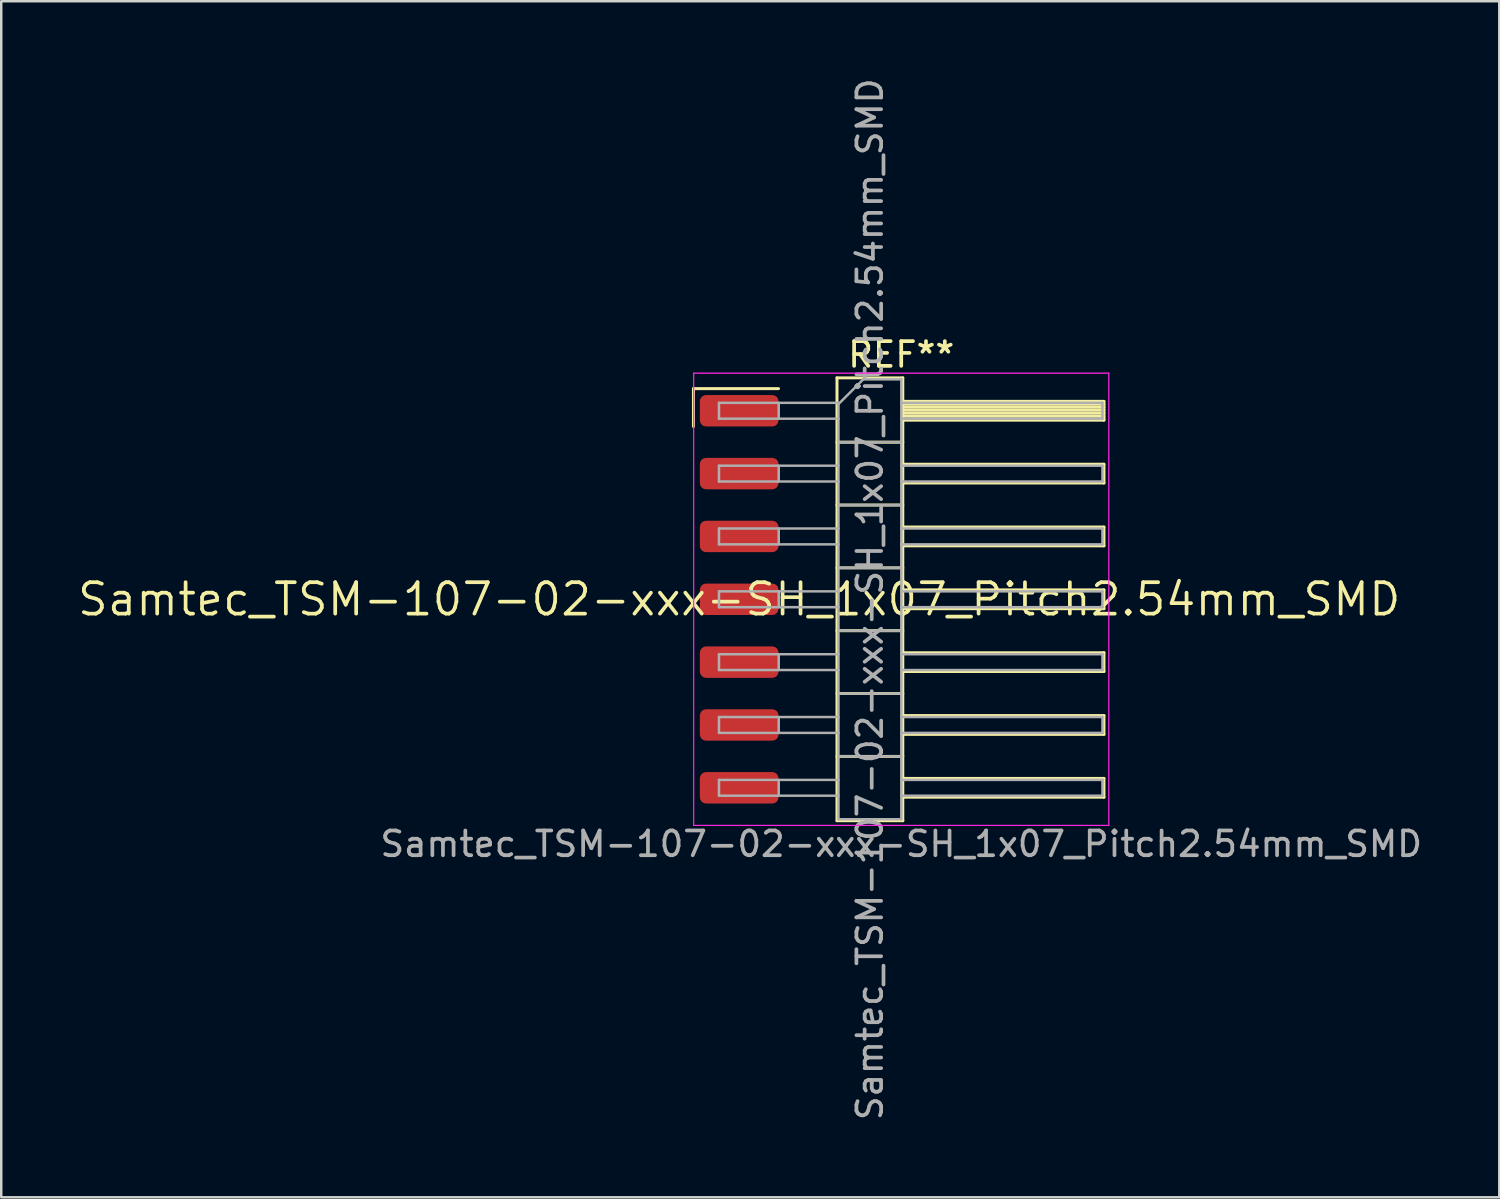
<source format=kicad_pcb>
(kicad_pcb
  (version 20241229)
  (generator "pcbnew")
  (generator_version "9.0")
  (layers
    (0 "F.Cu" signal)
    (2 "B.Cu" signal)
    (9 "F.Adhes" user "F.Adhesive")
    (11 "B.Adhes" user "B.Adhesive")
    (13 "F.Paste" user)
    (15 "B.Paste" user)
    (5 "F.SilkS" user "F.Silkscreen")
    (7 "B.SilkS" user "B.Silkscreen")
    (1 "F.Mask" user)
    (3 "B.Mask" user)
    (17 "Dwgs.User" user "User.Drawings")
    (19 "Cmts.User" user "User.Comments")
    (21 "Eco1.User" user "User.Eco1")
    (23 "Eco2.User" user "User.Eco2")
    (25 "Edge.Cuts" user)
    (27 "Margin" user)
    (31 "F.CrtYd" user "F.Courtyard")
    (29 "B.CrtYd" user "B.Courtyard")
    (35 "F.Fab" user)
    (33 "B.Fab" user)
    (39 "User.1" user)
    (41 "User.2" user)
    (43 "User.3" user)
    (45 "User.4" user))
  (footprint "Samtec_TSM-107-02-xxx-SH_1x07_Pitch2.54mm_SMD"
    (layer "F.Cu")
    (at 26.828 21.173)
    (property "Reference" "Samtec_TSM-107-02-xxx-SH_1x07_Pitch2.54mm_SMD" (at 0 0 0) (layer "F.SilkS") (effects (font (size 1.27 1.27) (thickness 0.15))))
    (attr smd)
    (fp_line (start -1.85 -8.515) (end 1.59 -8.515) (stroke (width 0.12) (type solid)) (layer "F.SilkS"))
    (fp_line (start -1.85 -6.985) (end -1.85 -8.515) (stroke (width 0.12) (type solid)) (layer "F.SilkS"))
    (fp_line (start 3.953 -8.95) (end 6.613 -8.95) (stroke (width 0.12) (type solid)) (layer "F.SilkS"))
    (fp_line (start 3.953 -6.35) (end 6.613 -6.35) (stroke (width 0.12) (type solid)) (layer "F.SilkS"))
    (fp_line (start 3.953 -3.81) (end 6.613 -3.81) (stroke (width 0.12) (type solid)) (layer "F.SilkS"))
    (fp_line (start 3.953 -1.27) (end 6.613 -1.27) (stroke (width 0.12) (type solid)) (layer "F.SilkS"))
    (fp_line (start 3.953 1.27) (end 6.613 1.27) (stroke (width 0.12) (type solid)) (layer "F.SilkS"))
    (fp_line (start 3.953 3.81) (end 6.613 3.81) (stroke (width 0.12) (type solid)) (layer "F.SilkS"))
    (fp_line (start 3.953 6.35) (end 6.613 6.35) (stroke (width 0.12) (type solid)) (layer "F.SilkS"))
    (fp_line (start 3.953 8.95) (end 3.953 -8.95) (stroke (width 0.12) (type solid)) (layer "F.SilkS"))
    (fp_line (start 6.613 -8.95) (end 6.613 8.95) (stroke (width 0.12) (type solid)) (layer "F.SilkS"))
    (fp_line (start 6.613 -8) (end 14.743 -8) (stroke (width 0.12) (type solid)) (layer "F.SilkS"))
    (fp_line (start 6.613 -7.88) (end 14.743 -7.88) (stroke (width 0.12) (type solid)) (layer "F.SilkS"))
    (fp_line (start 6.613 -7.76) (end 14.743 -7.76) (stroke (width 0.12) (type solid)) (layer "F.SilkS"))
    (fp_line (start 6.613 -7.64) (end 14.743 -7.64) (stroke (width 0.12) (type solid)) (layer "F.SilkS"))
    (fp_line (start 6.613 -7.52) (end 14.743 -7.52) (stroke (width 0.12) (type solid)) (layer "F.SilkS"))
    (fp_line (start 6.613 -7.4) (end 14.743 -7.4) (stroke (width 0.12) (type solid)) (layer "F.SilkS"))
    (fp_line (start 6.613 -7.28) (end 14.743 -7.28) (stroke (width 0.12) (type solid)) (layer "F.SilkS"))
    (fp_line (start 6.613 -7.24) (end 14.743 -7.24) (stroke (width 0.12) (type solid)) (layer "F.SilkS"))
    (fp_line (start 6.613 -5.46) (end 14.743 -5.46) (stroke (width 0.12) (type solid)) (layer "F.SilkS"))
    (fp_line (start 6.613 -4.7) (end 14.743 -4.7) (stroke (width 0.12) (type solid)) (layer "F.SilkS"))
    (fp_line (start 6.613 -2.92) (end 14.743 -2.92) (stroke (width 0.12) (type solid)) (layer "F.SilkS"))
    (fp_line (start 6.613 -2.16) (end 14.743 -2.16) (stroke (width 0.12) (type solid)) (layer "F.SilkS"))
    (fp_line (start 6.613 -0.38) (end 14.743 -0.38) (stroke (width 0.12) (type solid)) (layer "F.SilkS"))
    (fp_line (start 6.613 0.38) (end 14.743 0.38) (stroke (width 0.12) (type solid)) (layer "F.SilkS"))
    (fp_line (start 6.613 2.16) (end 14.743 2.16) (stroke (width 0.12) (type solid)) (layer "F.SilkS"))
    (fp_line (start 6.613 2.92) (end 14.743 2.92) (stroke (width 0.12) (type solid)) (layer "F.SilkS"))
    (fp_line (start 6.613 4.7) (end 14.743 4.7) (stroke (width 0.12) (type solid)) (layer "F.SilkS"))
    (fp_line (start 6.613 5.46) (end 14.743 5.46) (stroke (width 0.12) (type solid)) (layer "F.SilkS"))
    (fp_line (start 6.613 7.24) (end 14.743 7.24) (stroke (width 0.12) (type solid)) (layer "F.SilkS"))
    (fp_line (start 6.613 8) (end 14.743 8) (stroke (width 0.12) (type solid)) (layer "F.SilkS"))
    (fp_line (start 6.613 8.95) (end 3.953 8.95) (stroke (width 0.12) (type solid)) (layer "F.SilkS"))
    (fp_line (start 14.743 -8) (end 14.743 -7.24) (stroke (width 0.12) (type solid)) (layer "F.SilkS"))
    (fp_line (start 14.743 -5.46) (end 14.743 -4.7) (stroke (width 0.12) (type solid)) (layer "F.SilkS"))
    (fp_line (start 14.743 -2.92) (end 14.743 -2.16) (stroke (width 0.12) (type solid)) (layer "F.SilkS"))
    (fp_line (start 14.743 -0.38) (end 14.743 0.38) (stroke (width 0.12) (type solid)) (layer "F.SilkS"))
    (fp_line (start 14.743 2.16) (end 14.743 2.92) (stroke (width 0.12) (type solid)) (layer "F.SilkS"))
    (fp_line (start 14.743 4.7) (end 14.743 5.46) (stroke (width 0.12) (type solid)) (layer "F.SilkS"))
    (fp_line (start 14.743 7.24) (end 14.743 8) (stroke (width 0.12) (type solid)) (layer "F.SilkS"))
    (fp_line (start -1.84 -9.14) (end 14.94 -9.14) (stroke (width 0.05) (type solid)) (layer "F.CrtYd"))
    (fp_line (start -1.84 9.14) (end -1.84 -9.14) (stroke (width 0.05) (type solid)) (layer "F.CrtYd"))
    (fp_line (start 14.94 -9.14) (end 14.94 9.14) (stroke (width 0.05) (type solid)) (layer "F.CrtYd"))
    (fp_line (start 14.94 9.14) (end -1.84 9.14) (stroke (width 0.05) (type solid)) (layer "F.CrtYd"))
    (fp_line (start -0.817 -7.94) (end -0.817 -7.3) (stroke (width 0.1) (type solid)) (layer "F.Fab"))
    (fp_line (start -0.817 -7.94) (end 4.013 -7.94) (stroke (width 0.1) (type solid)) (layer "F.Fab"))
    (fp_line (start -0.817 -7.3) (end 4.013 -7.3) (stroke (width 0.1) (type solid)) (layer "F.Fab"))
    (fp_line (start -0.817 -5.4) (end -0.817 -4.76) (stroke (width 0.1) (type solid)) (layer "F.Fab"))
    (fp_line (start -0.817 -5.4) (end 4.013 -5.4) (stroke (width 0.1) (type solid)) (layer "F.Fab"))
    (fp_line (start -0.817 -4.76) (end 4.013 -4.76) (stroke (width 0.1) (type solid)) (layer "F.Fab"))
    (fp_line (start -0.817 -2.86) (end -0.817 -2.22) (stroke (width 0.1) (type solid)) (layer "F.Fab"))
    (fp_line (start -0.817 -2.86) (end 4.013 -2.86) (stroke (width 0.1) (type solid)) (layer "F.Fab"))
    (fp_line (start -0.817 -2.22) (end 4.013 -2.22) (stroke (width 0.1) (type solid)) (layer "F.Fab"))
    (fp_line (start -0.817 -0.32) (end -0.817 0.32) (stroke (width 0.1) (type solid)) (layer "F.Fab"))
    (fp_line (start -0.817 -0.32) (end 4.013 -0.32) (stroke (width 0.1) (type solid)) (layer "F.Fab"))
    (fp_line (start -0.817 0.32) (end 4.013 0.32) (stroke (width 0.1) (type solid)) (layer "F.Fab"))
    (fp_line (start -0.817 2.22) (end -0.817 2.86) (stroke (width 0.1) (type solid)) (layer "F.Fab"))
    (fp_line (start -0.817 2.22) (end 4.013 2.22) (stroke (width 0.1) (type solid)) (layer "F.Fab"))
    (fp_line (start -0.817 2.86) (end 4.013 2.86) (stroke (width 0.1) (type solid)) (layer "F.Fab"))
    (fp_line (start -0.817 4.76) (end -0.817 5.4) (stroke (width 0.1) (type solid)) (layer "F.Fab"))
    (fp_line (start -0.817 4.76) (end 4.013 4.76) (stroke (width 0.1) (type solid)) (layer "F.Fab"))
    (fp_line (start -0.817 5.4) (end 4.013 5.4) (stroke (width 0.1) (type solid)) (layer "F.Fab"))
    (fp_line (start -0.817 7.3) (end -0.817 7.94) (stroke (width 0.1) (type solid)) (layer "F.Fab"))
    (fp_line (start -0.817 7.3) (end 4.013 7.3) (stroke (width 0.1) (type solid)) (layer "F.Fab"))
    (fp_line (start -0.817 7.94) (end 4.013 7.94) (stroke (width 0.1) (type solid)) (layer "F.Fab"))
    (fp_line (start 1.598 -7.94) (end 1.598 -7.3) (stroke (width 0.1) (type solid)) (layer "F.Fab"))
    (fp_line (start 1.598 -5.4) (end 1.598 -4.76) (stroke (width 0.1) (type solid)) (layer "F.Fab"))
    (fp_line (start 1.598 -2.86) (end 1.598 -2.22) (stroke (width 0.1) (type solid)) (layer "F.Fab"))
    (fp_line (start 1.598 -0.32) (end 1.598 0.32) (stroke (width 0.1) (type solid)) (layer "F.Fab"))
    (fp_line (start 1.598 2.22) (end 1.598 2.86) (stroke (width 0.1) (type solid)) (layer "F.Fab"))
    (fp_line (start 1.598 4.76) (end 1.598 5.4) (stroke (width 0.1) (type solid)) (layer "F.Fab"))
    (fp_line (start 1.598 7.3) (end 1.598 7.94) (stroke (width 0.1) (type solid)) (layer "F.Fab"))
    (fp_line (start 4.013 -7.89) (end 5.013 -8.89) (stroke (width 0.1) (type solid)) (layer "F.Fab"))
    (fp_line (start 4.013 -6.35) (end 6.553 -6.35) (stroke (width 0.1) (type solid)) (layer "F.Fab"))
    (fp_line (start 4.013 -3.81) (end 6.553 -3.81) (stroke (width 0.1) (type solid)) (layer "F.Fab"))
    (fp_line (start 4.013 -1.27) (end 6.553 -1.27) (stroke (width 0.1) (type solid)) (layer "F.Fab"))
    (fp_line (start 4.013 1.27) (end 6.553 1.27) (stroke (width 0.1) (type solid)) (layer "F.Fab"))
    (fp_line (start 4.013 3.81) (end 6.553 3.81) (stroke (width 0.1) (type solid)) (layer "F.Fab"))
    (fp_line (start 4.013 6.35) (end 6.553 6.35) (stroke (width 0.1) (type solid)) (layer "F.Fab"))
    (fp_line (start 4.013 8.89) (end 4.013 -7.89) (stroke (width 0.1) (type solid)) (layer "F.Fab"))
    (fp_line (start 5.013 -8.89) (end 6.553 -8.89) (stroke (width 0.1) (type solid)) (layer "F.Fab"))
    (fp_line (start 6.553 -8.89) (end 6.553 8.89) (stroke (width 0.1) (type solid)) (layer "F.Fab"))
    (fp_line (start 6.553 -7.94) (end 14.683 -7.94) (stroke (width 0.1) (type solid)) (layer "F.Fab"))
    (fp_line (start 6.553 -7.3) (end 14.683 -7.3) (stroke (width 0.1) (type solid)) (layer "F.Fab"))
    (fp_line (start 6.553 -5.4) (end 14.683 -5.4) (stroke (width 0.1) (type solid)) (layer "F.Fab"))
    (fp_line (start 6.553 -4.76) (end 14.683 -4.76) (stroke (width 0.1) (type solid)) (layer "F.Fab"))
    (fp_line (start 6.553 -2.86) (end 14.683 -2.86) (stroke (width 0.1) (type solid)) (layer "F.Fab"))
    (fp_line (start 6.553 -2.22) (end 14.683 -2.22) (stroke (width 0.1) (type solid)) (layer "F.Fab"))
    (fp_line (start 6.553 -0.32) (end 14.683 -0.32) (stroke (width 0.1) (type solid)) (layer "F.Fab"))
    (fp_line (start 6.553 0.32) (end 14.683 0.32) (stroke (width 0.1) (type solid)) (layer "F.Fab"))
    (fp_line (start 6.553 2.22) (end 14.683 2.22) (stroke (width 0.1) (type solid)) (layer "F.Fab"))
    (fp_line (start 6.553 2.86) (end 14.683 2.86) (stroke (width 0.1) (type solid)) (layer "F.Fab"))
    (fp_line (start 6.553 4.76) (end 14.683 4.76) (stroke (width 0.1) (type solid)) (layer "F.Fab"))
    (fp_line (start 6.553 5.4) (end 14.683 5.4) (stroke (width 0.1) (type solid)) (layer "F.Fab"))
    (fp_line (start 6.553 7.3) (end 14.683 7.3) (stroke (width 0.1) (type solid)) (layer "F.Fab"))
    (fp_line (start 6.553 7.94) (end 14.683 7.94) (stroke (width 0.1) (type solid)) (layer "F.Fab"))
    (fp_line (start 6.553 8.89) (end 4.013 8.89) (stroke (width 0.1) (type solid)) (layer "F.Fab"))
    (fp_line (start 14.683 -7.94) (end 14.683 -7.3) (stroke (width 0.1) (type solid)) (layer "F.Fab"))
    (fp_line (start 14.683 -5.4) (end 14.683 -4.76) (stroke (width 0.1) (type solid)) (layer "F.Fab"))
    (fp_line (start 14.683 -2.86) (end 14.683 -2.22) (stroke (width 0.1) (type solid)) (layer "F.Fab"))
    (fp_line (start 14.683 -0.32) (end 14.683 0.32) (stroke (width 0.1) (type solid)) (layer "F.Fab"))
    (fp_line (start 14.683 2.22) (end 14.683 2.86) (stroke (width 0.1) (type solid)) (layer "F.Fab"))
    (fp_line (start 14.683 4.76) (end 14.683 5.4) (stroke (width 0.1) (type solid)) (layer "F.Fab"))
    (fp_line (start 14.683 7.3) (end 14.683 7.94) (stroke (width 0.1) (type solid)) (layer "F.Fab"))
    (fp_text user "REF**" (at 6.55 -9.89 0) (layer "F.SilkS") (effects (font (size 1 1) (thickness 0.15))))
    (fp_text user "${REFERENCE}" (at 5.283 0 90) (layer "F.Fab") (effects (font (size 1 1) (thickness 0.15))))
    (fp_text user "Samtec_TSM-107-02-xxx-SH_1x07_Pitch2.54mm_SMD" (at 6.55 9.89 0) (layer "F.Fab") (effects (font (size 1 1) (thickness 0.15))))
    (pad "1" smd roundrect (at 0 -7.62) (size 3.18 1.27) (layers "F.Cu" "F.Mask" "F.Paste") (roundrect_rratio 0.197))
    (pad "2" smd roundrect (at 0 -5.08) (size 3.18 1.27) (layers "F.Cu" "F.Mask" "F.Paste") (roundrect_rratio 0.197))
    (pad "3" smd roundrect (at 0 -2.54) (size 3.18 1.27) (layers "F.Cu" "F.Mask" "F.Paste") (roundrect_rratio 0.197))
    (pad "4" smd roundrect (at 0 0) (size 3.18 1.27) (layers "F.Cu" "F.Mask" "F.Paste") (roundrect_rratio 0.197))
    (pad "5" smd roundrect (at 0 2.54) (size 3.18 1.27) (layers "F.Cu" "F.Mask" "F.Paste") (roundrect_rratio 0.197))
    (pad "6" smd roundrect (at 0 5.08) (size 3.18 1.27) (layers "F.Cu" "F.Mask" "F.Paste") (roundrect_rratio 0.197))
    (pad "7" smd roundrect (at 0 7.62) (size 3.18 1.27) (layers "F.Cu" "F.Mask" "F.Paste") (roundrect_rratio 0.197)))
  (gr_rect
    (start -3 -3)
    (end 57.551 45.345)
    (stroke (width 0.1) (type default))
    (fill no)
    (layer "Edge.Cuts")))
</source>
